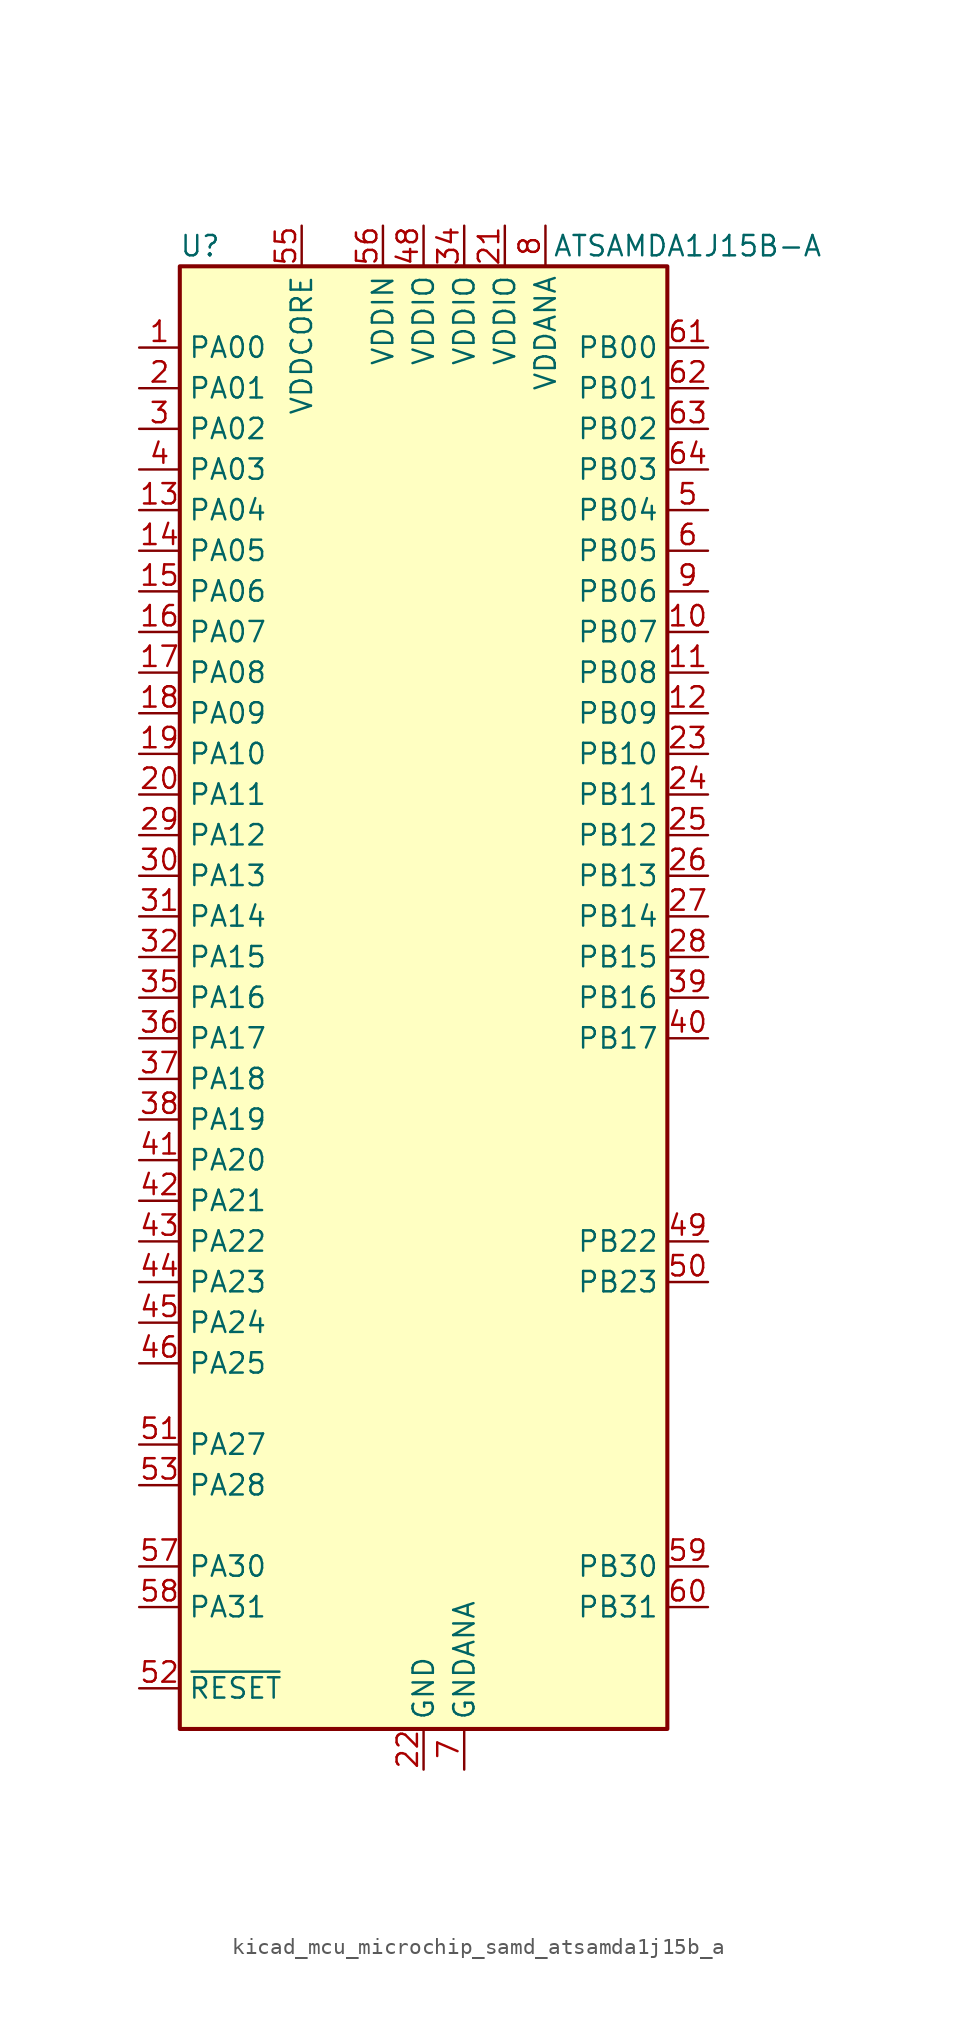
<source format=kicad_sym>
(kicad_symbol_lib
  (version 20220914)
  (generator kicad_symbol_editor)
  (symbol "kicad_mcu_microchip_samd_atsamda1j15b_a"
    (property "Reference" "U"
      (at -13.97 46.99 0)
      (effects (font (size 1.27 1.27))))
    (property "Value" "ATSAMDA1J15B-A"
      (at 16.51 46.99 0)
      (effects (font (size 1.27 1.27))))
    (symbol "kicad_mcu_microchip_samd_atsamda1j15b_a_0_1"
      (rectangle (start -15.24 45.72) (end 15.24 -45.72) (stroke (width 0.254) (type default)) (fill (type background))))
    (symbol "kicad_mcu_microchip_samd_atsamda1j15b_a_1_1"
      (pin bidirectional line (at -17.78 40.64 0) (length 2.54) (name "PA00" (effects (font (size 1.27 1.27)))) (number "1" (effects (font (size 1.27 1.27)))))
      (pin bidirectional line (at 17.78 22.86 180) (length 2.54) (name "PB07" (effects (font (size 1.27 1.27)))) (number "10" (effects (font (size 1.27 1.27)))))
      (pin bidirectional line (at 17.78 20.32 180) (length 2.54) (name "PB08" (effects (font (size 1.27 1.27)))) (number "11" (effects (font (size 1.27 1.27)))))
      (pin bidirectional line (at 17.78 17.78 180) (length 2.54) (name "PB09" (effects (font (size 1.27 1.27)))) (number "12" (effects (font (size 1.27 1.27)))))
      (pin bidirectional line (at -17.78 30.48 0) (length 2.54) (name "PA04" (effects (font (size 1.27 1.27)))) (number "13" (effects (font (size 1.27 1.27)))))
      (pin bidirectional line (at -17.78 27.94 0) (length 2.54) (name "PA05" (effects (font (size 1.27 1.27)))) (number "14" (effects (font (size 1.27 1.27)))))
      (pin bidirectional line (at -17.78 25.4 0) (length 2.54) (name "PA06" (effects (font (size 1.27 1.27)))) (number "15" (effects (font (size 1.27 1.27)))))
      (pin bidirectional line (at -17.78 22.86 0) (length 2.54) (name "PA07" (effects (font (size 1.27 1.27)))) (number "16" (effects (font (size 1.27 1.27)))))
      (pin bidirectional line (at -17.78 20.32 0) (length 2.54) (name "PA08" (effects (font (size 1.27 1.27)))) (number "17" (effects (font (size 1.27 1.27)))))
      (pin bidirectional line (at -17.78 17.78 0) (length 2.54) (name "PA09" (effects (font (size 1.27 1.27)))) (number "18" (effects (font (size 1.27 1.27)))))
      (pin bidirectional line (at -17.78 15.24 0) (length 2.54) (name "PA10" (effects (font (size 1.27 1.27)))) (number "19" (effects (font (size 1.27 1.27)))))
      (pin bidirectional line (at -17.78 38.1 0) (length 2.54) (name "PA01" (effects (font (size 1.27 1.27)))) (number "2" (effects (font (size 1.27 1.27)))))
      (pin bidirectional line (at -17.78 12.7 0) (length 2.54) (name "PA11" (effects (font (size 1.27 1.27)))) (number "20" (effects (font (size 1.27 1.27)))))
      (pin power_in line (at 5.08 48.26 270) (length 2.54) (name "VDDIO" (effects (font (size 1.27 1.27)))) (number "21" (effects (font (size 1.27 1.27)))))
      (pin power_in line (at 0 -48.26 90) (length 2.54) (name "GND" (effects (font (size 1.27 1.27)))) (number "22" (effects (font (size 1.27 1.27)))))
      (pin bidirectional line (at 17.78 15.24 180) (length 2.54) (name "PB10" (effects (font (size 1.27 1.27)))) (number "23" (effects (font (size 1.27 1.27)))))
      (pin bidirectional line (at 17.78 12.7 180) (length 2.54) (name "PB11" (effects (font (size 1.27 1.27)))) (number "24" (effects (font (size 1.27 1.27)))))
      (pin bidirectional line (at 17.78 10.16 180) (length 2.54) (name "PB12" (effects (font (size 1.27 1.27)))) (number "25" (effects (font (size 1.27 1.27)))))
      (pin bidirectional line (at 17.78 7.62 180) (length 2.54) (name "PB13" (effects (font (size 1.27 1.27)))) (number "26" (effects (font (size 1.27 1.27)))))
      (pin bidirectional line (at 17.78 5.08 180) (length 2.54) (name "PB14" (effects (font (size 1.27 1.27)))) (number "27" (effects (font (size 1.27 1.27)))))
      (pin bidirectional line (at 17.78 2.54 180) (length 2.54) (name "PB15" (effects (font (size 1.27 1.27)))) (number "28" (effects (font (size 1.27 1.27)))))
      (pin bidirectional line (at -17.78 10.16 0) (length 2.54) (name "PA12" (effects (font (size 1.27 1.27)))) (number "29" (effects (font (size 1.27 1.27)))))
      (pin bidirectional line (at -17.78 35.56 0) (length 2.54) (name "PA02" (effects (font (size 1.27 1.27)))) (number "3" (effects (font (size 1.27 1.27)))))
      (pin bidirectional line (at -17.78 7.62 0) (length 2.54) (name "PA13" (effects (font (size 1.27 1.27)))) (number "30" (effects (font (size 1.27 1.27)))))
      (pin bidirectional line (at -17.78 5.08 0) (length 2.54) (name "PA14" (effects (font (size 1.27 1.27)))) (number "31" (effects (font (size 1.27 1.27)))))
      (pin bidirectional line (at -17.78 2.54 0) (length 2.54) (name "PA15" (effects (font (size 1.27 1.27)))) (number "32" (effects (font (size 1.27 1.27)))))
      (pin passive line (at 0 -48.26 90) (length 2.54) hide (name "GND" (effects (font (size 1.27 1.27)))) (number "33" (effects (font (size 1.27 1.27)))))
      (pin power_in line (at 2.54 48.26 270) (length 2.54) (name "VDDIO" (effects (font (size 1.27 1.27)))) (number "34" (effects (font (size 1.27 1.27)))))
      (pin bidirectional line (at -17.78 0 0) (length 2.54) (name "PA16" (effects (font (size 1.27 1.27)))) (number "35" (effects (font (size 1.27 1.27)))))
      (pin bidirectional line (at -17.78 -2.54 0) (length 2.54) (name "PA17" (effects (font (size 1.27 1.27)))) (number "36" (effects (font (size 1.27 1.27)))))
      (pin bidirectional line (at -17.78 -5.08 0) (length 2.54) (name "PA18" (effects (font (size 1.27 1.27)))) (number "37" (effects (font (size 1.27 1.27)))))
      (pin bidirectional line (at -17.78 -7.62 0) (length 2.54) (name "PA19" (effects (font (size 1.27 1.27)))) (number "38" (effects (font (size 1.27 1.27)))))
      (pin bidirectional line (at 17.78 0 180) (length 2.54) (name "PB16" (effects (font (size 1.27 1.27)))) (number "39" (effects (font (size 1.27 1.27)))))
      (pin bidirectional line (at -17.78 33.02 0) (length 2.54) (name "PA03" (effects (font (size 1.27 1.27)))) (number "4" (effects (font (size 1.27 1.27)))))
      (pin bidirectional line (at 17.78 -2.54 180) (length 2.54) (name "PB17" (effects (font (size 1.27 1.27)))) (number "40" (effects (font (size 1.27 1.27)))))
      (pin bidirectional line (at -17.78 -10.16 0) (length 2.54) (name "PA20" (effects (font (size 1.27 1.27)))) (number "41" (effects (font (size 1.27 1.27)))))
      (pin bidirectional line (at -17.78 -12.7 0) (length 2.54) (name "PA21" (effects (font (size 1.27 1.27)))) (number "42" (effects (font (size 1.27 1.27)))))
      (pin bidirectional line (at -17.78 -15.24 0) (length 2.54) (name "PA22" (effects (font (size 1.27 1.27)))) (number "43" (effects (font (size 1.27 1.27)))))
      (pin bidirectional line (at -17.78 -17.78 0) (length 2.54) (name "PA23" (effects (font (size 1.27 1.27)))) (number "44" (effects (font (size 1.27 1.27)))))
      (pin bidirectional line (at -17.78 -20.32 0) (length 2.54) (name "PA24" (effects (font (size 1.27 1.27)))) (number "45" (effects (font (size 1.27 1.27)))))
      (pin bidirectional line (at -17.78 -22.86 0) (length 2.54) (name "PA25" (effects (font (size 1.27 1.27)))) (number "46" (effects (font (size 1.27 1.27)))))
      (pin passive line (at 0 -48.26 90) (length 2.54) hide (name "GND" (effects (font (size 1.27 1.27)))) (number "47" (effects (font (size 1.27 1.27)))))
      (pin power_in line (at 0 48.26 270) (length 2.54) (name "VDDIO" (effects (font (size 1.27 1.27)))) (number "48" (effects (font (size 1.27 1.27)))))
      (pin bidirectional line (at 17.78 -15.24 180) (length 2.54) (name "PB22" (effects (font (size 1.27 1.27)))) (number "49" (effects (font (size 1.27 1.27)))))
      (pin bidirectional line (at 17.78 30.48 180) (length 2.54) (name "PB04" (effects (font (size 1.27 1.27)))) (number "5" (effects (font (size 1.27 1.27)))))
      (pin bidirectional line (at 17.78 -17.78 180) (length 2.54) (name "PB23" (effects (font (size 1.27 1.27)))) (number "50" (effects (font (size 1.27 1.27)))))
      (pin bidirectional line (at -17.78 -27.94 0) (length 2.54) (name "PA27" (effects (font (size 1.27 1.27)))) (number "51" (effects (font (size 1.27 1.27)))))
      (pin input line (at -17.78 -43.18 0) (length 2.54) (name "~{RESET}" (effects (font (size 1.27 1.27)))) (number "52" (effects (font (size 1.27 1.27)))))
      (pin bidirectional line (at -17.78 -30.48 0) (length 2.54) (name "PA28" (effects (font (size 1.27 1.27)))) (number "53" (effects (font (size 1.27 1.27)))))
      (pin passive line (at 0 -48.26 90) (length 2.54) hide (name "GND" (effects (font (size 1.27 1.27)))) (number "54" (effects (font (size 1.27 1.27)))))
      (pin power_out line (at -7.62 48.26 270) (length 2.54) (name "VDDCORE" (effects (font (size 1.27 1.27)))) (number "55" (effects (font (size 1.27 1.27)))))
      (pin power_in line (at -2.54 48.26 270) (length 2.54) (name "VDDIN" (effects (font (size 1.27 1.27)))) (number "56" (effects (font (size 1.27 1.27)))))
      (pin bidirectional line (at -17.78 -35.56 0) (length 2.54) (name "PA30" (effects (font (size 1.27 1.27)))) (number "57" (effects (font (size 1.27 1.27)))))
      (pin bidirectional line (at -17.78 -38.1 0) (length 2.54) (name "PA31" (effects (font (size 1.27 1.27)))) (number "58" (effects (font (size 1.27 1.27)))))
      (pin bidirectional line (at 17.78 -35.56 180) (length 2.54) (name "PB30" (effects (font (size 1.27 1.27)))) (number "59" (effects (font (size 1.27 1.27)))))
      (pin bidirectional line (at 17.78 27.94 180) (length 2.54) (name "PB05" (effects (font (size 1.27 1.27)))) (number "6" (effects (font (size 1.27 1.27)))))
      (pin bidirectional line (at 17.78 -38.1 180) (length 2.54) (name "PB31" (effects (font (size 1.27 1.27)))) (number "60" (effects (font (size 1.27 1.27)))))
      (pin bidirectional line (at 17.78 40.64 180) (length 2.54) (name "PB00" (effects (font (size 1.27 1.27)))) (number "61" (effects (font (size 1.27 1.27)))))
      (pin bidirectional line (at 17.78 38.1 180) (length 2.54) (name "PB01" (effects (font (size 1.27 1.27)))) (number "62" (effects (font (size 1.27 1.27)))))
      (pin bidirectional line (at 17.78 35.56 180) (length 2.54) (name "PB02" (effects (font (size 1.27 1.27)))) (number "63" (effects (font (size 1.27 1.27)))))
      (pin bidirectional line (at 17.78 33.02 180) (length 2.54) (name "PB03" (effects (font (size 1.27 1.27)))) (number "64" (effects (font (size 1.27 1.27)))))
      (pin power_in line (at 2.54 -48.26 90) (length 2.54) (name "GNDANA" (effects (font (size 1.27 1.27)))) (number "7" (effects (font (size 1.27 1.27)))))
      (pin power_in line (at 7.62 48.26 270) (length 2.54) (name "VDDANA" (effects (font (size 1.27 1.27)))) (number "8" (effects (font (size 1.27 1.27)))))
      (pin bidirectional line (at 17.78 25.4 180) (length 2.54) (name "PB06" (effects (font (size 1.27 1.27)))) (number "9" (effects (font (size 1.27 1.27))))))))
</source>
